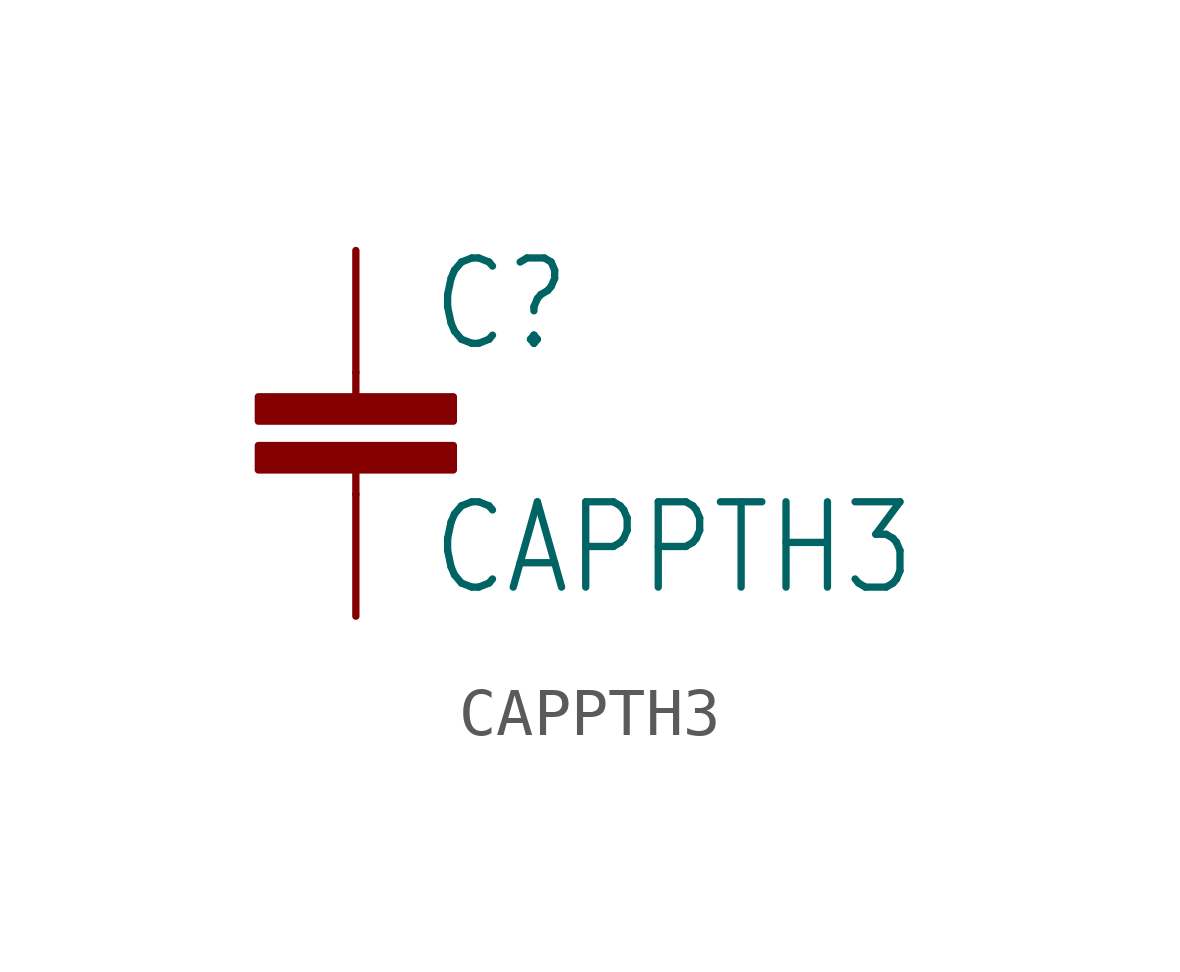
<source format=kicad_sym>
(kicad_symbol_lib
  (version 20220914)
  (generator kicad_symbol_editor)
  (symbol "CAPPTH3"
    (property "Reference" "C"
      (at 1.524 2.921 0)
      (effects (font (size 1.778 1.511)) (justify left bottom)))
    (property "Value" "CAPPTH3"
      (at 1.524 -2.159 0)
      (effects (font (size 1.778 1.511)) (justify left bottom)))
    (property "ki_locked" ""
      (at 0 0 0)
      (effects (font (size 1.27 1.27))))
    (symbol "CAPPTH3_1_0"
      (rectangle (start -2.032 0.508) (end 2.032 1.016) (stroke (width 0) (type default)) (fill (type outline)))
      (rectangle (start -2.032 1.524) (end 2.032 2.032) (stroke (width 0) (type default)) (fill (type outline)))
      (polyline (pts (xy 0 0) (xy 0 0.508)) (stroke (width 0.152) (type default)) (fill (type none)))
      (polyline (pts (xy 0 2.54) (xy 0 2.032)) (stroke (width 0.152) (type default)) (fill (type none)))
      (pin passive line (at 0 5.08 270) (length 2.54) (name "1" (effects (font (size 0 0)))) (number "1" (effects (font (size 0 0)))))
      (pin passive line (at 0 -2.54 90) (length 2.54) (name "2" (effects (font (size 0 0)))) (number "2" (effects (font (size 0 0))))))))
</source>
